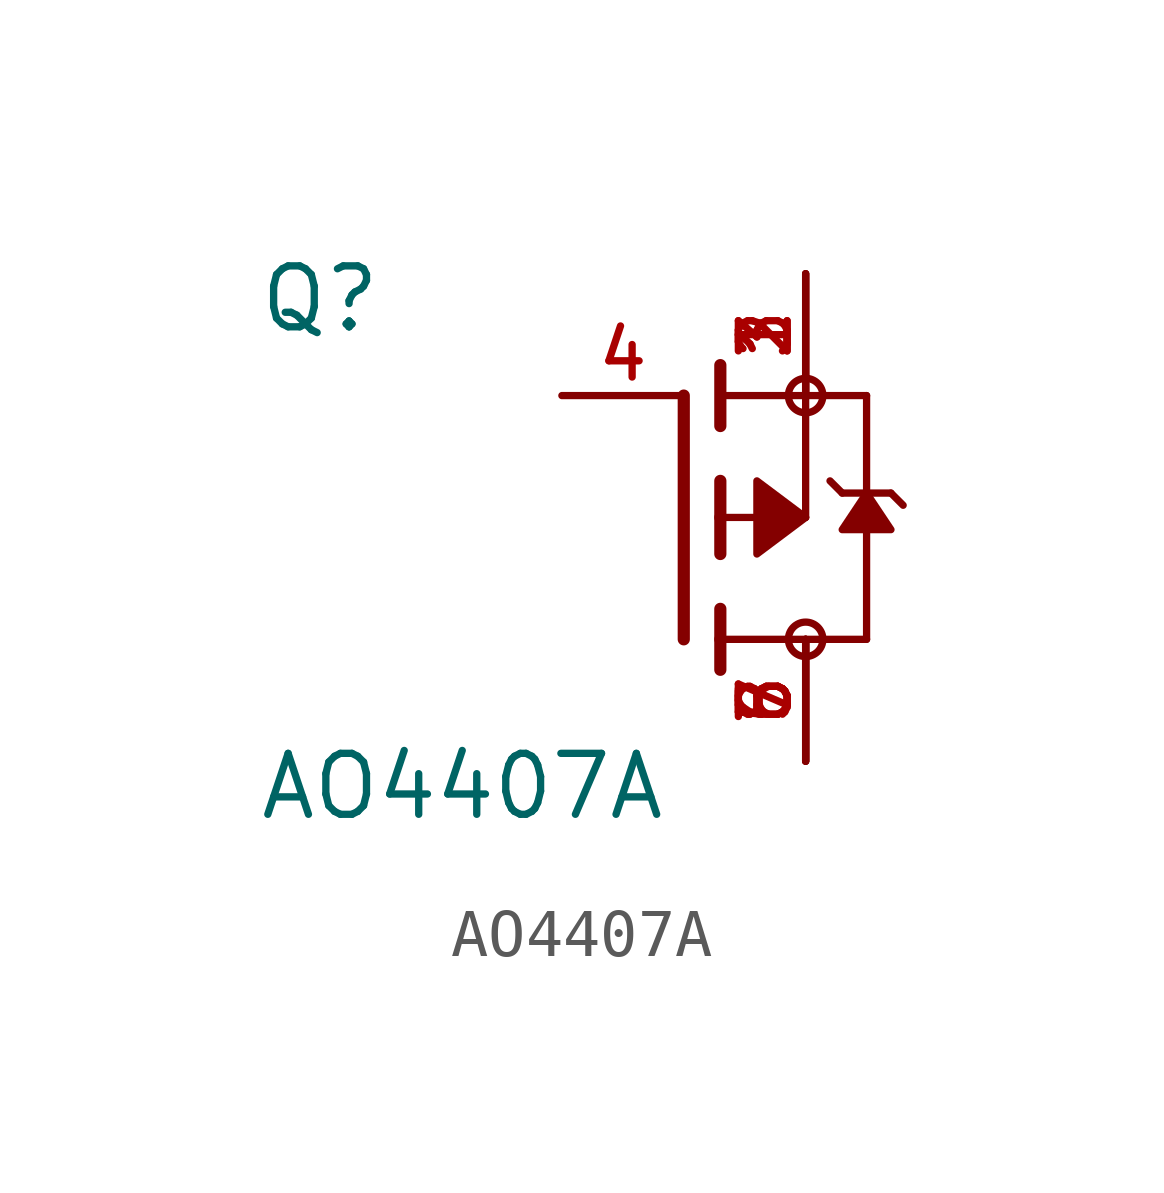
<source format=kicad_sym>
(kicad_symbol_lib
  (version 20211014)
  (generator kicad_symbol_editor)
  (symbol "AO4407A"
    (pin_names
      (offset 1.016))
    (property "Reference" "Q"
      (at -8.89 3.81 0)
      (effects (font (size 1.27 1.27)) (justify bottom left)))
    (property "Value" "AO4407A"
      (at -8.89 -6.35 0)
      (effects (font (size 1.27 1.27)) (justify bottom left)))
    (symbol "AO4407A_0_0"
      (polyline (pts (xy 0.762 -0.762) (xy 0.762 0.0)) (stroke (width 0.254)))
      (polyline (pts (xy 0.762 0.0) (xy 0.762 0.762)) (stroke (width 0.254)))
      (polyline (pts (xy 0.762 -3.175) (xy 0.762 -2.54)) (stroke (width 0.254)))
      (polyline (pts (xy 0.762 -2.54) (xy 0.762 -1.905)) (stroke (width 0.254)))
      (polyline (pts (xy 0.762 0.0) (xy 2.54 0.0)) (stroke (width 0.152)))
      (polyline (pts (xy 2.54 0.0) (xy 2.54 2.54)) (stroke (width 0.152)))
      (polyline (pts (xy 0.762 1.905) (xy 0.762 3.175)) (stroke (width 0.254)))
      (polyline (pts (xy 0.0 -2.54) (xy 0.0 2.54)) (stroke (width 0.254)))
      (polyline (pts (xy 3.81 2.54) (xy 0.762 2.54)) (stroke (width 0.152)))
      (polyline (pts (xy 3.81 -2.54) (xy 3.81 0.508)) (stroke (width 0.152)))
      (polyline (pts (xy 3.81 0.508) (xy 3.81 2.54)) (stroke (width 0.152)))
      (polyline (pts (xy 0.762 -2.54) (xy 3.81 -2.54)) (stroke (width 0.152)))
      (polyline (pts (xy 3.048 0.762) (xy 3.302 0.508)) (stroke (width 0.152)))
      (polyline (pts (xy 3.302 0.508) (xy 3.81 0.508)) (stroke (width 0.152)))
      (polyline (pts (xy 3.81 0.508) (xy 4.318 0.508)) (stroke (width 0.152)))
      (polyline (pts (xy 4.318 0.508) (xy 4.572 0.254)) (stroke (width 0.152)))
      (circle (center 2.54 2.54) (radius 0.359) (stroke (width 0.0)) (fill (type none)))
      (circle (center 2.54 -2.54) (radius 0.359) (stroke (width 0.0)) (fill (type none)))
      (polyline (pts (xy 3.81 0.508) (xy 4.318 -0.254) (xy 3.302 -0.254) (xy 3.81 0.508)) (stroke (width 0.152)) (fill (type outline)))
      (polyline (pts (xy 2.54 0.0) (xy 1.524 0.762) (xy 1.524 -0.762) (xy 2.54 0.0)) (stroke (width 0.152)) (fill (type outline)))
      (pin passive line (at 2.54 5.08 270.0) (length 2.54) (name "~" (effects (font (size 1.016 1.016)))) (number "1" (effects (font (size 1.016 1.016)))))
      (pin passive line (at -2.54 2.54 0) (length 2.54) (name "~" (effects (font (size 1.016 1.016)))) (number "4" (effects (font (size 1.016 1.016)))))
      (pin passive line (at 2.54 -5.08 90.0) (length 2.54) (name "~" (effects (font (size 1.016 1.016)))) (number "5" (effects (font (size 1.016 1.016)))))
      (pin passive line (at 2.54 5.08 270.0) (length 2.54) (name "~" (effects (font (size 1.016 1.016)))) (number "2" (effects (font (size 1.016 1.016)))))
      (pin passive line (at 2.54 5.08 270.0) (length 2.54) (name "~" (effects (font (size 1.016 1.016)))) (number "3" (effects (font (size 1.016 1.016)))))
      (pin passive line (at 2.54 -5.08 90.0) (length 2.54) (name "~" (effects (font (size 1.016 1.016)))) (number "6" (effects (font (size 1.016 1.016)))))
      (pin passive line (at 2.54 -5.08 90.0) (length 2.54) (name "~" (effects (font (size 1.016 1.016)))) (number "7" (effects (font (size 1.016 1.016)))))
      (pin passive line (at 2.54 -5.08 90.0) (length 2.54) (name "~" (effects (font (size 1.016 1.016)))) (number "8" (effects (font (size 1.016 1.016))))))))
</source>
